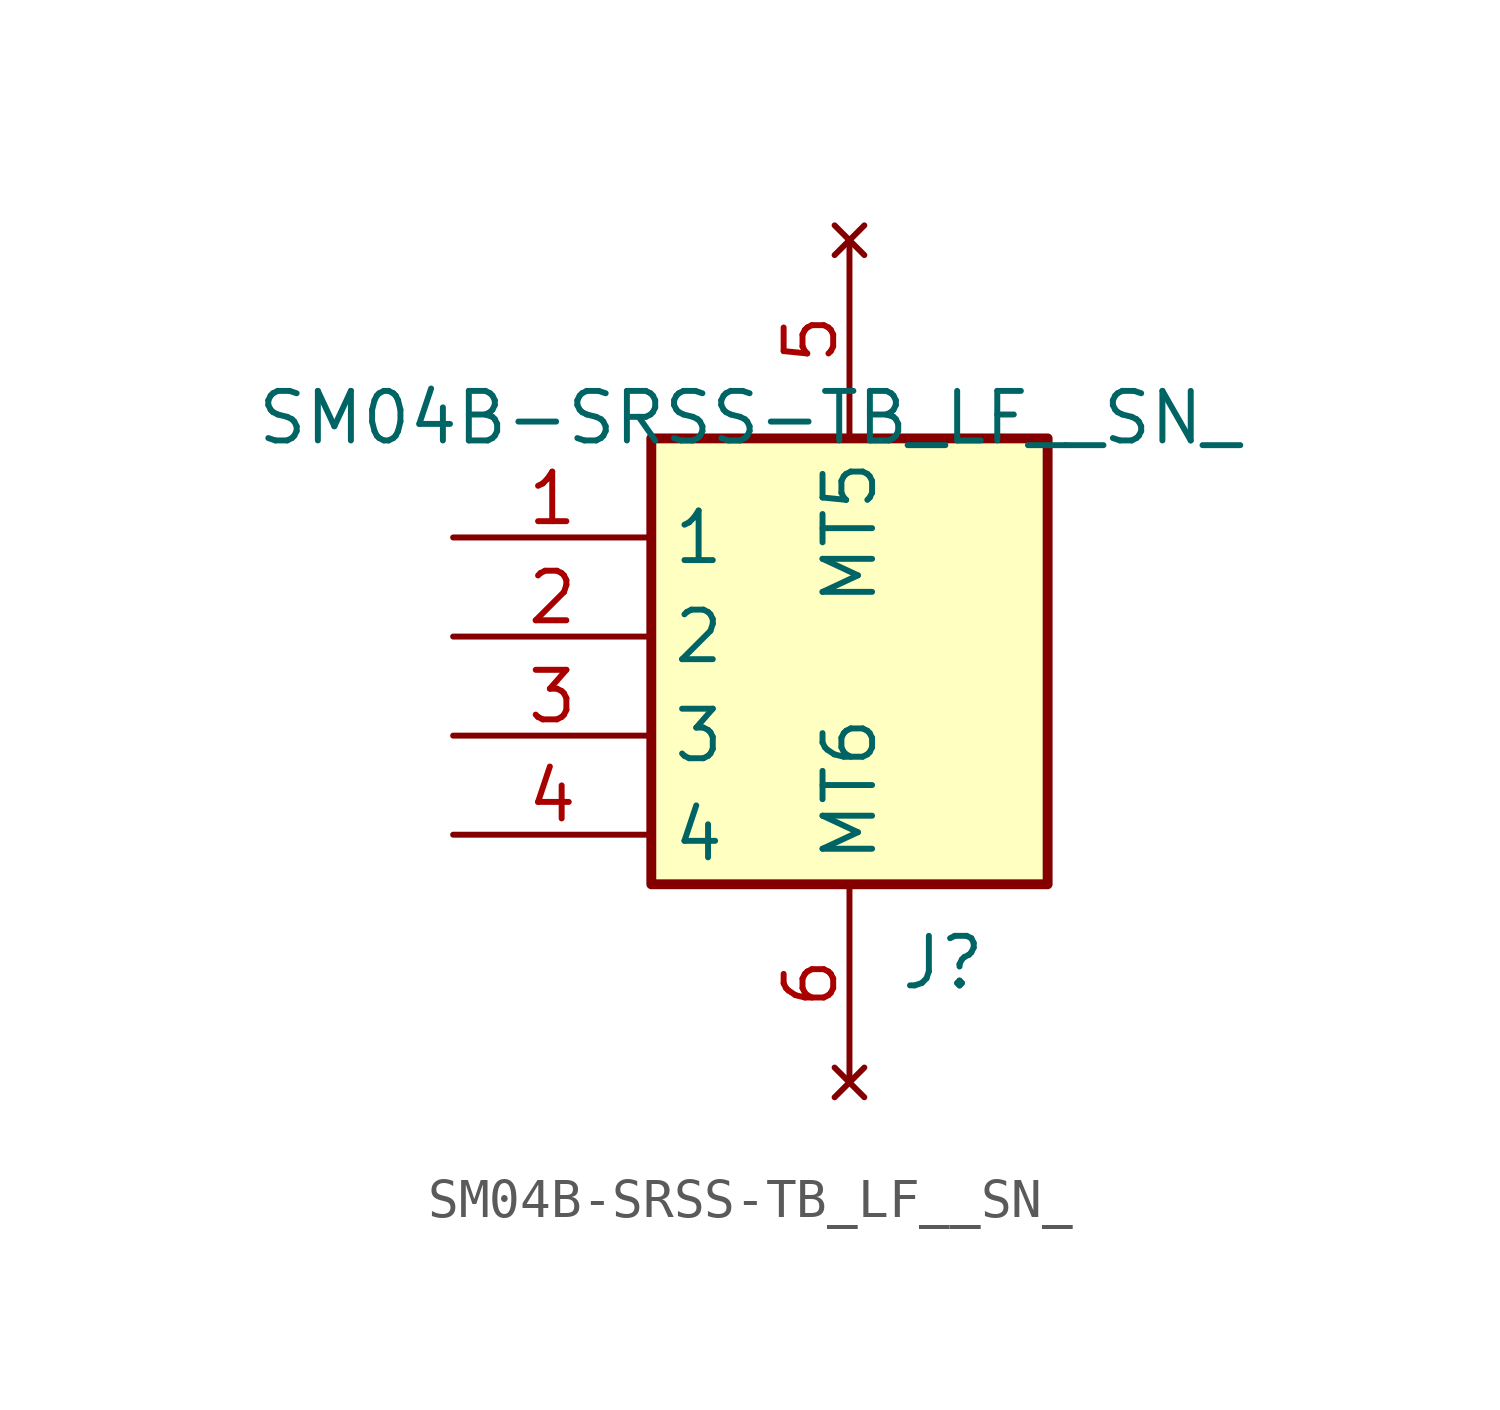
<source format=kicad_sym>
(kicad_symbol_lib
  (version 20220914)
  (generator kicad_symbol_editor)
  (symbol "SM04B-SRSS-TB_LF__SN_"
    (property "Reference" "J"
      (at 11.43 -10.16 0)
      (effects (font (size 1.27 1.27)) (justify left top)))
    (property "Value" "SM04B-SRSS-TB_LF__SN_"
      (at -5.08 3.81 0)
      (effects (font (size 1.27 1.27)) (justify left top)))
    (symbol "SM04B-SRSS-TB_LF__SN__1_1"
      (rectangle (start 5.08 2.54) (end 15.24 -8.89) (stroke (width 0.254) (type default)) (fill (type background)))
      (pin passive line (at 0 0 0) (length 5.08) (name "1" (effects (font (size 1.27 1.27)))) (number "1" (effects (font (size 1.27 1.27)))))
      (pin passive line (at 0 -2.54 0) (length 5.08) (name "2" (effects (font (size 1.27 1.27)))) (number "2" (effects (font (size 1.27 1.27)))))
      (pin passive line (at 0 -5.08 0) (length 5.08) (name "3" (effects (font (size 1.27 1.27)))) (number "3" (effects (font (size 1.27 1.27)))))
      (pin passive line (at 0 -7.62 0) (length 5.08) (name "4" (effects (font (size 1.27 1.27)))) (number "4" (effects (font (size 1.27 1.27)))))
      (pin no_connect line (at 10.16 7.62 270) (length 5.08) (name "MT5" (effects (font (size 1.27 1.27)))) (number "5" (effects (font (size 1.27 1.27)))))
      (pin no_connect line (at 10.16 -13.97 90) (length 5.08) (name "MT6" (effects (font (size 1.27 1.27)))) (number "6" (effects (font (size 1.27 1.27))))))))
</source>
